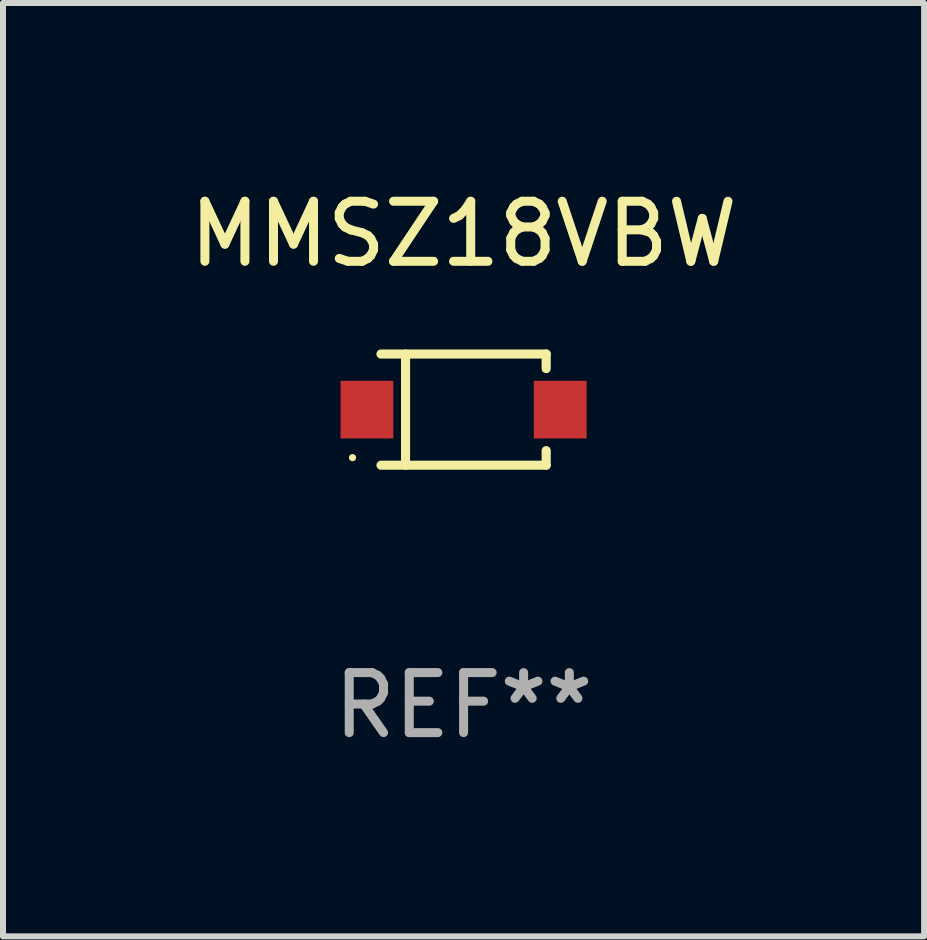
<source format=kicad_pcb>
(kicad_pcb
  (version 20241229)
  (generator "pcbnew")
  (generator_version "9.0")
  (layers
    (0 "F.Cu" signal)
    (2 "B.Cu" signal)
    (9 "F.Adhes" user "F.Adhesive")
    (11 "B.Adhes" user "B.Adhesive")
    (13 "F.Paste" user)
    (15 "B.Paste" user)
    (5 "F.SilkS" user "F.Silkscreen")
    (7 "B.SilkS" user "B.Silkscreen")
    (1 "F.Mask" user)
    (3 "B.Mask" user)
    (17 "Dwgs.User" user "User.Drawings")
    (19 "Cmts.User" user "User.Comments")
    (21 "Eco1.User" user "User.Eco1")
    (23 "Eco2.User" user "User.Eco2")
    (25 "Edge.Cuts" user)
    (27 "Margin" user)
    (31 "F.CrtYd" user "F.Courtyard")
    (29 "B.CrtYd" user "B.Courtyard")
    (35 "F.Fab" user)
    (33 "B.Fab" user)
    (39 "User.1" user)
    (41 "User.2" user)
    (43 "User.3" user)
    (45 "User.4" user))
  (footprint "MMSZ18VBW"
    (layer "F.Cu")
    (at 4.673 3.774)
    (property "Reference" "MMSZ18VBW" (at 0 -2.926 0) (layer "F.SilkS") (effects (font (size 1 1) (thickness 0.15))))
    (attr through_hole)
    (fp_line (start -1.376 -0.926) (end 1.376 -0.926) (stroke (width 0.152) (type solid)) (layer "F.SilkS"))
    (fp_line (start -1.376 0.926) (end 1.376 0.926) (stroke (width 0.152) (type solid)) (layer "F.SilkS"))
    (fp_line (start -0.967 -0.926) (end -0.967 0.926) (stroke (width 0.152) (type solid)) (layer "F.SilkS"))
    (fp_line (start 1.376 -0.926) (end 1.376 -0.683) (stroke (width 0.152) (type solid)) (layer "F.SilkS"))
    (fp_line (start 1.376 0.926) (end 1.376 0.683) (stroke (width 0.152) (type solid)) (layer "F.SilkS"))
    (fp_circle (center -1.85 0.8) (end -1.82 0.8) (stroke (width 0.06) (type solid)) (fill no) (layer "F.SilkS"))
    (fp_text user "REF**" (at 0 4.926 0) (layer "F.Fab") (effects (font (size 1 1) (thickness 0.15))))
    (pad "1" smd rect (at -1.61 0) (size 0.88 0.96) (layers "F.Cu" "F.Mask" "F.Paste"))
    (pad "2" smd rect (at 1.61 0) (size 0.88 0.96) (layers "F.Cu" "F.Mask" "F.Paste")))
  (gr_rect
    (start -3 -3)
    (end 12.345 12.549)
    (stroke (width 0.1) (type default))
    (fill no)
    (layer "Edge.Cuts")))
</source>
